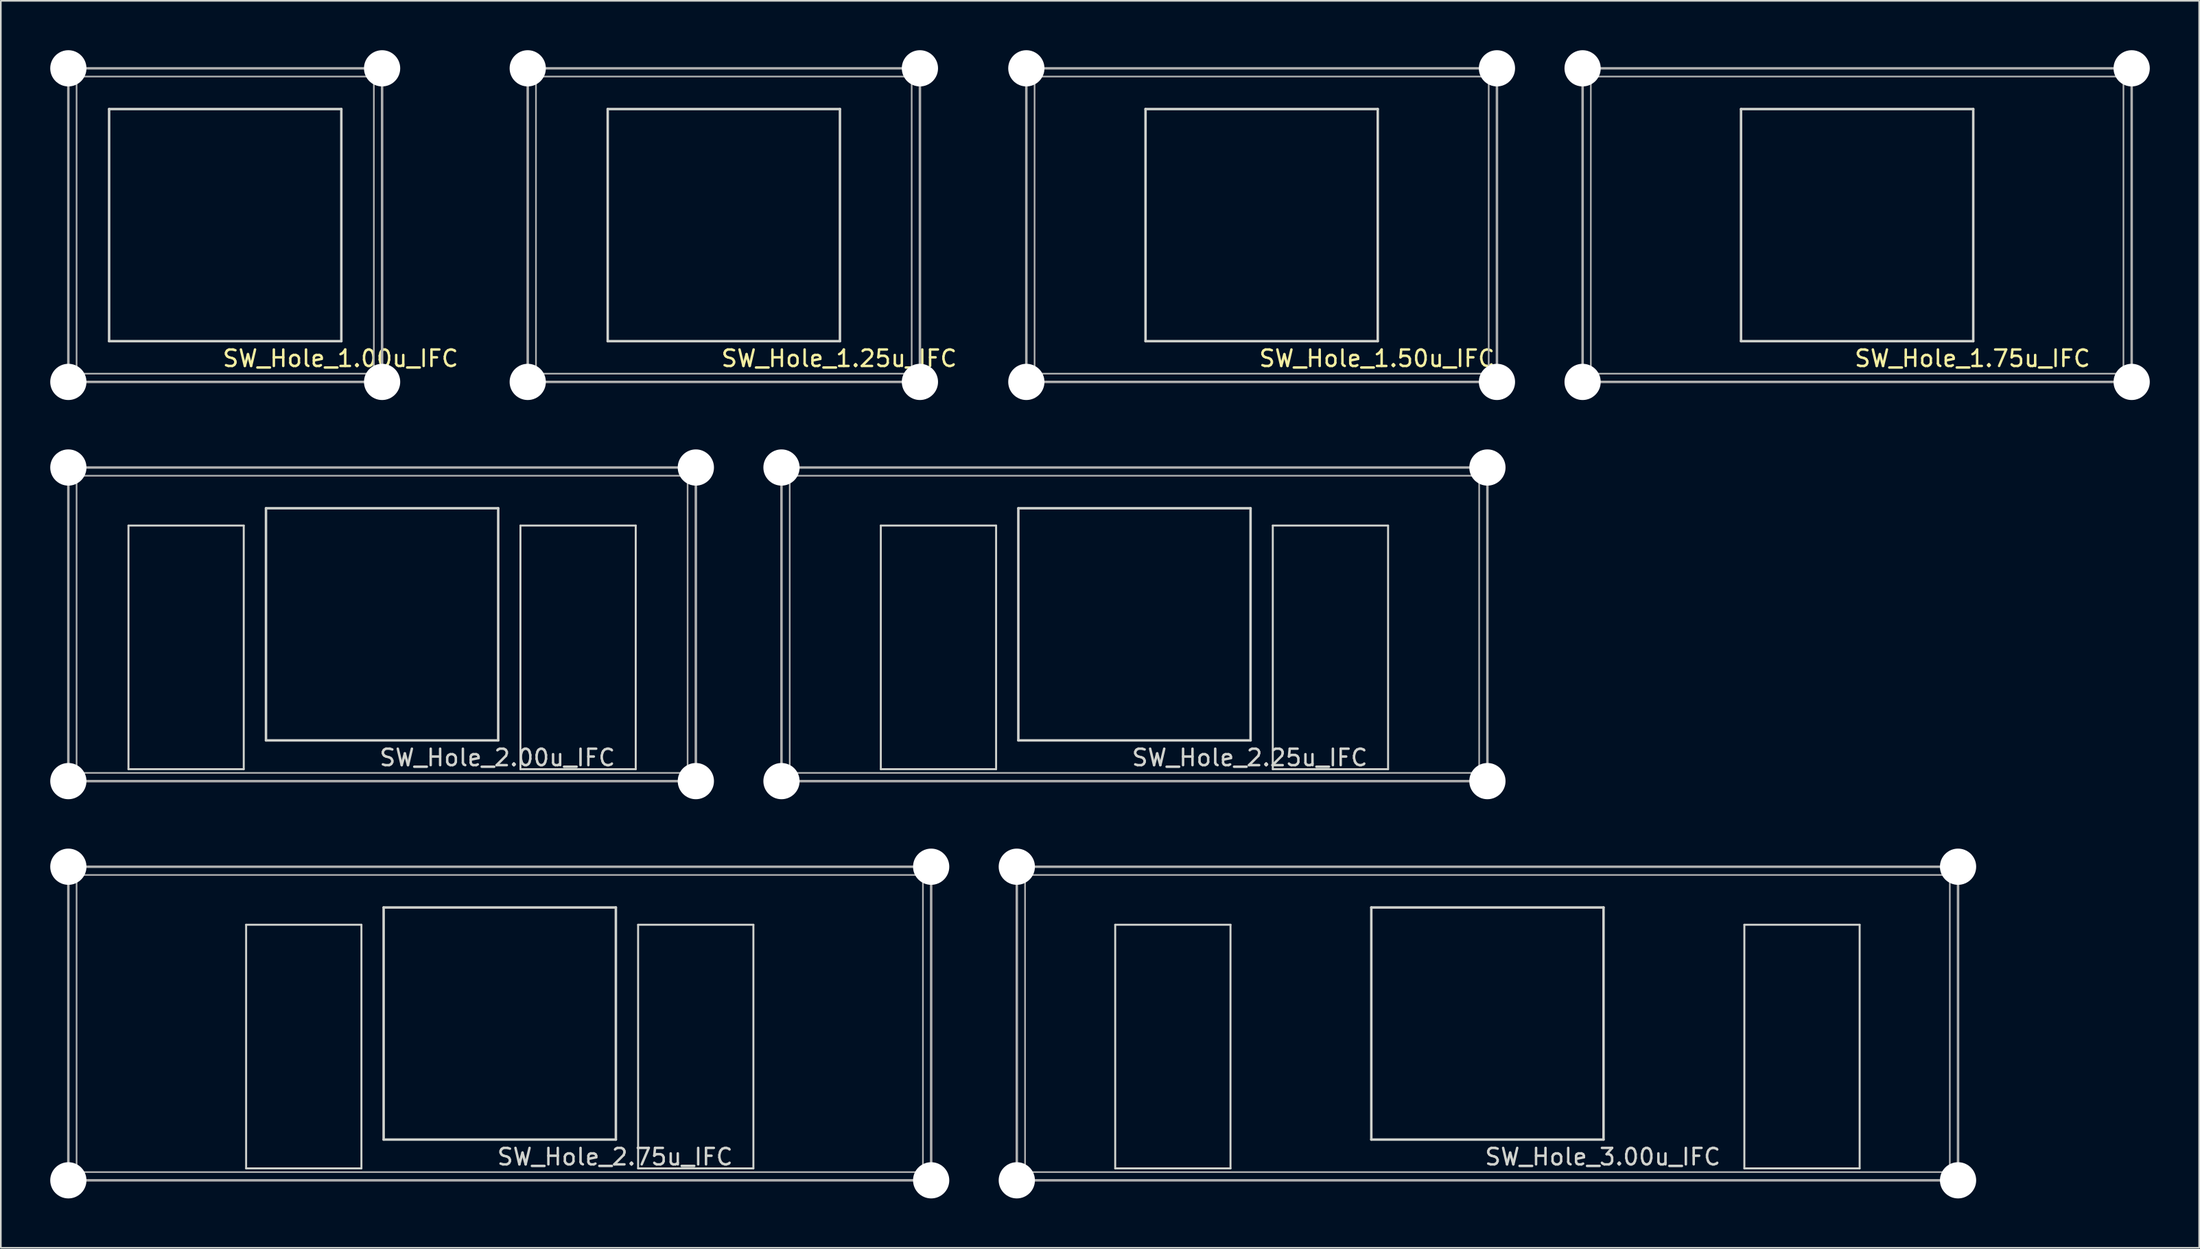
<source format=kicad_pcb>
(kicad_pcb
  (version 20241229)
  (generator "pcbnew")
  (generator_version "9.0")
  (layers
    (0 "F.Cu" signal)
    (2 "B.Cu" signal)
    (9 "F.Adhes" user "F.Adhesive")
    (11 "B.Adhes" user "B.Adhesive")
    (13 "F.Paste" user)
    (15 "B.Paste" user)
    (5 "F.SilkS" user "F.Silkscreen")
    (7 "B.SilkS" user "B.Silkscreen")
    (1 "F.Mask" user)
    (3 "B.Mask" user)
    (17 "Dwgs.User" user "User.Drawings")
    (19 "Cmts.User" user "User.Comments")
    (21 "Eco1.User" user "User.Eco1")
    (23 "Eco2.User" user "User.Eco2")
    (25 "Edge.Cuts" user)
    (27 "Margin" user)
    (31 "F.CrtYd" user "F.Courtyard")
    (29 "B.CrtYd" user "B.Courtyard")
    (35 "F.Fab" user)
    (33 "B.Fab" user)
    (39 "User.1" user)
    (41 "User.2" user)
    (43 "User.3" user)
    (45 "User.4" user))
  (footprint "SW_Hole_1.75u_IFC"
    (layer "F.Cu")
    (at 109.711 10.625)
    (property "Reference" "SW_Hole_1.75u_IFC" (at 7 8.1 0) (layer "F.SilkS") (effects (font (size 1 1) (thickness 0.15))))
    (attr through_hole)
    (fp_line (start -7.05 -7.05) (end 7.05 -7.05) (stroke (width 0.15) (type solid)) (layer "Edge.Cuts"))
    (fp_line (start -7.05 7.05) (end -7.05 -7.05) (stroke (width 0.15) (type solid)) (layer "Edge.Cuts"))
    (fp_line (start 7.05 -7.05) (end 7.05 7.05) (stroke (width 0.15) (type solid)) (layer "Edge.Cuts"))
    (fp_line (start 7.05 7.05) (end -7.05 7.05) (stroke (width 0.15) (type solid)) (layer "Edge.Cuts"))
    (fp_line (start -16.669 -9.525) (end -16.669 9.525) (stroke (width 0.15) (type solid)) (layer "F.Fab"))
    (fp_line (start -16.669 9.525) (end 16.669 9.525) (stroke (width 0.15) (type solid)) (layer "F.Fab"))
    (fp_line (start 16.669 -9.525) (end -16.669 -9.525) (stroke (width 0.15) (type solid)) (layer "F.Fab"))
    (fp_line (start 16.669 9.525) (end 16.669 -9.525) (stroke (width 0.15) (type solid)) (layer "F.Fab"))
    (fp_rect (start -16.169 -9.025) (end 16.169 9.025) (stroke (width 0.1) (type solid)) (fill no) (layer "F.Fab"))
    (pad "" np_thru_hole circle (at -16.669 -9.525) (size 2.2 2.2) (drill 2.2) (layers "*.Cu" "*.Mask"))
    (pad "" np_thru_hole circle (at -16.669 9.525) (size 2.2 2.2) (drill 2.2) (layers "*.Cu" "*.Mask"))
    (pad "" np_thru_hole circle (at 16.669 -9.525) (size 2.2 2.2) (drill 2.2) (layers "*.Cu" "*.Mask"))
    (pad "" np_thru_hole circle (at 16.669 9.525) (size 2.2 2.2) (drill 2.2) (layers "*.Cu" "*.Mask")))
  (footprint "SW_Hole_2.75u_IFC"
    (layer "F.Cu")
    (at 27.294 59.125)
    (property "Reference" "SW_Hole_2.75u_IFC" (at 7 8.1 0) (layer "Edge.Cuts") (effects (font (size 1 1) (thickness 0.15))))
    (attr through_hole)
    (fp_line (start -15.4 -6) (end -8.4 -6) (stroke (width 0.12) (type solid)) (layer "Edge.Cuts"))
    (fp_line (start -15.4 8.8) (end -15.4 -6) (stroke (width 0.12) (type solid)) (layer "Edge.Cuts"))
    (fp_line (start -8.4 -6) (end -8.4 8.8) (stroke (width 0.12) (type solid)) (layer "Edge.Cuts"))
    (fp_line (start -8.4 8.8) (end -15.4 8.8) (stroke (width 0.12) (type solid)) (layer "Edge.Cuts"))
    (fp_line (start -7.05 -7.05) (end 7.05 -7.05) (stroke (width 0.15) (type solid)) (layer "Edge.Cuts"))
    (fp_line (start -7.05 7.05) (end -7.05 -7.05) (stroke (width 0.15) (type solid)) (layer "Edge.Cuts"))
    (fp_line (start 7.05 -7.05) (end 7.05 7.05) (stroke (width 0.15) (type solid)) (layer "Edge.Cuts"))
    (fp_line (start 7.05 7.05) (end -7.05 7.05) (stroke (width 0.15) (type solid)) (layer "Edge.Cuts"))
    (fp_line (start 8.4 -6) (end 8.4 8.8) (stroke (width 0.12) (type solid)) (layer "Edge.Cuts"))
    (fp_line (start 8.4 8.8) (end 15.4 8.8) (stroke (width 0.12) (type solid)) (layer "Edge.Cuts"))
    (fp_line (start 15.4 -6) (end 8.4 -6) (stroke (width 0.12) (type solid)) (layer "Edge.Cuts"))
    (fp_line (start 15.4 8.8) (end 15.4 -6) (stroke (width 0.12) (type solid)) (layer "Edge.Cuts"))
    (fp_line (start -26.194 -9.525) (end -26.194 9.525) (stroke (width 0.15) (type solid)) (layer "F.Fab"))
    (fp_line (start -26.194 9.525) (end 26.194 9.525) (stroke (width 0.15) (type solid)) (layer "F.Fab"))
    (fp_line (start 26.194 -9.525) (end -26.194 -9.525) (stroke (width 0.15) (type solid)) (layer "F.Fab"))
    (fp_line (start 26.194 9.525) (end 26.194 -9.525) (stroke (width 0.15) (type solid)) (layer "F.Fab"))
    (fp_rect (start -25.694 -9.025) (end 25.694 9.025) (stroke (width 0.1) (type solid)) (fill no) (layer "F.Fab"))
    (pad "" np_thru_hole circle (at -26.194 -9.525) (size 2.2 2.2) (drill 2.2) (layers "*.Cu" "*.Mask"))
    (pad "" np_thru_hole circle (at -26.194 9.525) (size 2.2 2.2) (drill 2.2) (layers "*.Cu" "*.Mask"))
    (pad "" np_thru_hole circle (at 26.194 -9.525) (size 2.2 2.2) (drill 2.2) (layers "*.Cu" "*.Mask"))
    (pad "" np_thru_hole circle (at 26.194 9.525) (size 2.2 2.2) (drill 2.2) (layers "*.Cu" "*.Mask")))
  (footprint "SW_Hole_3.00u_IFC"
    (layer "F.Cu")
    (at 87.263 59.125)
    (property "Reference" "SW_Hole_3.00u_IFC" (at 7 8.1 0) (layer "Edge.Cuts") (effects (font (size 1 1) (thickness 0.15))))
    (attr through_hole)
    (fp_line (start -22.6 -6) (end -15.6 -6) (stroke (width 0.12) (type solid)) (layer "Edge.Cuts"))
    (fp_line (start -22.6 8.8) (end -22.6 -6) (stroke (width 0.12) (type solid)) (layer "Edge.Cuts"))
    (fp_line (start -15.6 -6) (end -15.6 8.8) (stroke (width 0.12) (type solid)) (layer "Edge.Cuts"))
    (fp_line (start -15.6 8.8) (end -22.6 8.8) (stroke (width 0.12) (type solid)) (layer "Edge.Cuts"))
    (fp_line (start -7.05 -7.05) (end 7.05 -7.05) (stroke (width 0.15) (type solid)) (layer "Edge.Cuts"))
    (fp_line (start -7.05 7.05) (end -7.05 -7.05) (stroke (width 0.15) (type solid)) (layer "Edge.Cuts"))
    (fp_line (start 7.05 -7.05) (end 7.05 7.05) (stroke (width 0.15) (type solid)) (layer "Edge.Cuts"))
    (fp_line (start 7.05 7.05) (end -7.05 7.05) (stroke (width 0.15) (type solid)) (layer "Edge.Cuts"))
    (fp_line (start 15.6 -6) (end 15.6 8.8) (stroke (width 0.12) (type solid)) (layer "Edge.Cuts"))
    (fp_line (start 15.6 8.8) (end 22.6 8.8) (stroke (width 0.12) (type solid)) (layer "Edge.Cuts"))
    (fp_line (start 22.6 -6) (end 15.6 -6) (stroke (width 0.12) (type solid)) (layer "Edge.Cuts"))
    (fp_line (start 22.6 8.8) (end 22.6 -6) (stroke (width 0.12) (type solid)) (layer "Edge.Cuts"))
    (fp_line (start -28.575 -9.525) (end -28.575 9.525) (stroke (width 0.15) (type solid)) (layer "F.Fab"))
    (fp_line (start -28.575 9.525) (end 28.575 9.525) (stroke (width 0.15) (type solid)) (layer "F.Fab"))
    (fp_line (start 28.575 -9.525) (end -28.575 -9.525) (stroke (width 0.15) (type solid)) (layer "F.Fab"))
    (fp_line (start 28.575 9.525) (end 28.575 -9.525) (stroke (width 0.15) (type solid)) (layer "F.Fab"))
    (fp_rect (start -28.075 -9.025) (end 28.075 9.025) (stroke (width 0.1) (type solid)) (fill no) (layer "F.Fab"))
    (pad "" np_thru_hole circle (at -28.575 -9.525) (size 2.2 2.2) (drill 2.2) (layers "*.Cu" "*.Mask"))
    (pad "" np_thru_hole circle (at -28.575 9.525) (size 2.2 2.2) (drill 2.2) (layers "*.Cu" "*.Mask"))
    (pad "" np_thru_hole circle (at 28.575 -9.525) (size 2.2 2.2) (drill 2.2) (layers "*.Cu" "*.Mask"))
    (pad "" np_thru_hole circle (at 28.575 9.525) (size 2.2 2.2) (drill 2.2) (layers "*.Cu" "*.Mask")))
  (footprint "SW_Hole_1.50u_IFC"
    (layer "F.Cu")
    (at 73.554 10.625)
    (property "Reference" "SW_Hole_1.50u_IFC" (at 7 8.1 0) (layer "F.SilkS") (effects (font (size 1 1) (thickness 0.15))))
    (attr through_hole)
    (fp_line (start -7.05 -7.05) (end 7.05 -7.05) (stroke (width 0.15) (type solid)) (layer "Edge.Cuts"))
    (fp_line (start -7.05 7.05) (end -7.05 -7.05) (stroke (width 0.15) (type solid)) (layer "Edge.Cuts"))
    (fp_line (start 7.05 -7.05) (end 7.05 7.05) (stroke (width 0.15) (type solid)) (layer "Edge.Cuts"))
    (fp_line (start 7.05 7.05) (end -7.05 7.05) (stroke (width 0.15) (type solid)) (layer "Edge.Cuts"))
    (fp_line (start -14.287 -9.525) (end -14.287 9.525) (stroke (width 0.15) (type solid)) (layer "F.Fab"))
    (fp_line (start -14.287 9.525) (end 14.287 9.525) (stroke (width 0.15) (type solid)) (layer "F.Fab"))
    (fp_line (start 14.287 -9.525) (end -14.287 -9.525) (stroke (width 0.15) (type solid)) (layer "F.Fab"))
    (fp_line (start 14.287 9.525) (end 14.287 -9.525) (stroke (width 0.15) (type solid)) (layer "F.Fab"))
    (fp_rect (start -13.787 -9.025) (end 13.787 9.025) (stroke (width 0.1) (type solid)) (fill no) (layer "F.Fab"))
    (pad "" np_thru_hole circle (at -14.287 -9.525) (size 2.2 2.2) (drill 2.2) (layers "*.Cu" "*.Mask"))
    (pad "" np_thru_hole circle (at -14.287 9.525) (size 2.2 2.2) (drill 2.2) (layers "*.Cu" "*.Mask"))
    (pad "" np_thru_hole circle (at 14.287 -9.525) (size 2.2 2.2) (drill 2.2) (layers "*.Cu" "*.Mask"))
    (pad "" np_thru_hole circle (at 14.287 9.525) (size 2.2 2.2) (drill 2.2) (layers "*.Cu" "*.Mask")))
  (footprint "SW_Hole_1.25u_IFC"
    (layer "F.Cu")
    (at 40.899 10.625)
    (property "Reference" "SW_Hole_1.25u_IFC" (at 7 8.1 0) (layer "F.SilkS") (effects (font (size 1 1) (thickness 0.15))))
    (attr through_hole)
    (fp_line (start -7.05 -7.05) (end 7.05 -7.05) (stroke (width 0.15) (type solid)) (layer "Edge.Cuts"))
    (fp_line (start -7.05 7.05) (end -7.05 -7.05) (stroke (width 0.15) (type solid)) (layer "Edge.Cuts"))
    (fp_line (start 7.05 -7.05) (end 7.05 7.05) (stroke (width 0.15) (type solid)) (layer "Edge.Cuts"))
    (fp_line (start 7.05 7.05) (end -7.05 7.05) (stroke (width 0.15) (type solid)) (layer "Edge.Cuts"))
    (fp_line (start -11.906 -9.525) (end -11.906 9.525) (stroke (width 0.15) (type solid)) (layer "F.Fab"))
    (fp_line (start -11.906 9.525) (end 11.906 9.525) (stroke (width 0.15) (type solid)) (layer "F.Fab"))
    (fp_line (start 11.906 -9.525) (end -11.906 -9.525) (stroke (width 0.15) (type solid)) (layer "F.Fab"))
    (fp_line (start 11.906 9.525) (end 11.906 -9.525) (stroke (width 0.15) (type solid)) (layer "F.Fab"))
    (fp_rect (start -11.406 -9.025) (end 11.406 9.025) (stroke (width 0.1) (type solid)) (fill no) (layer "F.Fab"))
    (pad "" np_thru_hole circle (at -11.906 -9.525) (size 2.2 2.2) (drill 2.2) (layers "*.Cu" "*.Mask"))
    (pad "" np_thru_hole circle (at -11.906 9.525) (size 2.2 2.2) (drill 2.2) (layers "*.Cu" "*.Mask"))
    (pad "" np_thru_hole circle (at 11.906 -9.525) (size 2.2 2.2) (drill 2.2) (layers "*.Cu" "*.Mask"))
    (pad "" np_thru_hole circle (at 11.906 9.525) (size 2.2 2.2) (drill 2.2) (layers "*.Cu" "*.Mask")))
  (footprint "SW_Hole_2.25u_IFC"
    (layer "F.Cu")
    (at 65.831 34.875)
    (property "Reference" "SW_Hole_2.25u_IFC" (at 7 8.1 0) (layer "Edge.Cuts") (effects (font (size 1 1) (thickness 0.15))))
    (attr through_hole)
    (fp_line (start -15.4 -6) (end -8.4 -6) (stroke (width 0.12) (type solid)) (layer "Edge.Cuts"))
    (fp_line (start -15.4 8.8) (end -15.4 -6) (stroke (width 0.12) (type solid)) (layer "Edge.Cuts"))
    (fp_line (start -8.4 -6) (end -8.4 8.8) (stroke (width 0.12) (type solid)) (layer "Edge.Cuts"))
    (fp_line (start -8.4 8.8) (end -15.4 8.8) (stroke (width 0.12) (type solid)) (layer "Edge.Cuts"))
    (fp_line (start -7.05 -7.05) (end 7.05 -7.05) (stroke (width 0.15) (type solid)) (layer "Edge.Cuts"))
    (fp_line (start -7.05 7.05) (end -7.05 -7.05) (stroke (width 0.15) (type solid)) (layer "Edge.Cuts"))
    (fp_line (start 7.05 -7.05) (end 7.05 7.05) (stroke (width 0.15) (type solid)) (layer "Edge.Cuts"))
    (fp_line (start 7.05 7.05) (end -7.05 7.05) (stroke (width 0.15) (type solid)) (layer "Edge.Cuts"))
    (fp_line (start 8.4 -6) (end 8.4 8.8) (stroke (width 0.12) (type solid)) (layer "Edge.Cuts"))
    (fp_line (start 8.4 8.8) (end 15.4 8.8) (stroke (width 0.12) (type solid)) (layer "Edge.Cuts"))
    (fp_line (start 15.4 -6) (end 8.4 -6) (stroke (width 0.12) (type solid)) (layer "Edge.Cuts"))
    (fp_line (start 15.4 8.8) (end 15.4 -6) (stroke (width 0.12) (type solid)) (layer "Edge.Cuts"))
    (fp_line (start -21.431 -9.525) (end -21.431 9.525) (stroke (width 0.15) (type solid)) (layer "F.Fab"))
    (fp_line (start -21.431 9.525) (end 21.431 9.525) (stroke (width 0.15) (type solid)) (layer "F.Fab"))
    (fp_line (start 21.431 -9.525) (end -21.431 -9.525) (stroke (width 0.15) (type solid)) (layer "F.Fab"))
    (fp_line (start 21.431 9.525) (end 21.431 -9.525) (stroke (width 0.15) (type solid)) (layer "F.Fab"))
    (fp_rect (start -20.931 -9.025) (end 20.931 9.025) (stroke (width 0.1) (type solid)) (fill no) (layer "F.Fab"))
    (pad "" np_thru_hole circle (at -21.431 -9.525) (size 2.2 2.2) (drill 2.2) (layers "*.Cu" "*.Mask"))
    (pad "" np_thru_hole circle (at -21.431 9.525) (size 2.2 2.2) (drill 2.2) (layers "*.Cu" "*.Mask"))
    (pad "" np_thru_hole circle (at 21.431 -9.525) (size 2.2 2.2) (drill 2.2) (layers "*.Cu" "*.Mask"))
    (pad "" np_thru_hole circle (at 21.431 9.525) (size 2.2 2.2) (drill 2.2) (layers "*.Cu" "*.Mask")))
  (footprint "SW_Hole_2.00u_IFC"
    (layer "F.Cu")
    (at 20.15 34.875)
    (property "Reference" "SW_Hole_2.00u_IFC" (at 7 8.1 0) (layer "Edge.Cuts") (effects (font (size 1 1) (thickness 0.15))))
    (attr through_hole)
    (fp_line (start -15.4 -6) (end -8.4 -6) (stroke (width 0.12) (type solid)) (layer "Edge.Cuts"))
    (fp_line (start -15.4 8.8) (end -15.4 -6) (stroke (width 0.12) (type solid)) (layer "Edge.Cuts"))
    (fp_line (start -8.4 -6) (end -8.4 8.8) (stroke (width 0.12) (type solid)) (layer "Edge.Cuts"))
    (fp_line (start -8.4 8.8) (end -15.4 8.8) (stroke (width 0.12) (type solid)) (layer "Edge.Cuts"))
    (fp_line (start -7.05 -7.05) (end 7.05 -7.05) (stroke (width 0.15) (type solid)) (layer "Edge.Cuts"))
    (fp_line (start -7.05 7.05) (end -7.05 -7.05) (stroke (width 0.15) (type solid)) (layer "Edge.Cuts"))
    (fp_line (start 7.05 -7.05) (end 7.05 7.05) (stroke (width 0.15) (type solid)) (layer "Edge.Cuts"))
    (fp_line (start 7.05 7.05) (end -7.05 7.05) (stroke (width 0.15) (type solid)) (layer "Edge.Cuts"))
    (fp_line (start 8.4 -6) (end 8.4 8.8) (stroke (width 0.12) (type solid)) (layer "Edge.Cuts"))
    (fp_line (start 8.4 8.8) (end 15.4 8.8) (stroke (width 0.12) (type solid)) (layer "Edge.Cuts"))
    (fp_line (start 15.4 -6) (end 8.4 -6) (stroke (width 0.12) (type solid)) (layer "Edge.Cuts"))
    (fp_line (start 15.4 8.8) (end 15.4 -6) (stroke (width 0.12) (type solid)) (layer "Edge.Cuts"))
    (fp_line (start -19.05 -9.525) (end -19.05 9.525) (stroke (width 0.15) (type solid)) (layer "F.Fab"))
    (fp_line (start -19.05 9.525) (end 19.05 9.525) (stroke (width 0.15) (type solid)) (layer "F.Fab"))
    (fp_line (start 19.05 -9.525) (end -19.05 -9.525) (stroke (width 0.15) (type solid)) (layer "F.Fab"))
    (fp_line (start 19.05 9.525) (end 19.05 -9.525) (stroke (width 0.15) (type solid)) (layer "F.Fab"))
    (fp_rect (start -18.55 -9.025) (end 18.55 9.025) (stroke (width 0.1) (type solid)) (fill no) (layer "F.Fab"))
    (pad "" np_thru_hole circle (at -19.05 -9.525) (size 2.2 2.2) (drill 2.2) (layers "*.Cu" "*.Mask"))
    (pad "" np_thru_hole circle (at -19.05 9.525) (size 2.2 2.2) (drill 2.2) (layers "*.Cu" "*.Mask"))
    (pad "" np_thru_hole circle (at 19.05 -9.525) (size 2.2 2.2) (drill 2.2) (layers "*.Cu" "*.Mask"))
    (pad "" np_thru_hole circle (at 19.05 9.525) (size 2.2 2.2) (drill 2.2) (layers "*.Cu" "*.Mask")))
  (footprint "SW_Hole_1.00u_IFC"
    (layer "F.Cu")
    (at 10.625 10.625)
    (property "Reference" "SW_Hole_1.00u_IFC" (at 7 8.1 0) (layer "F.SilkS") (effects (font (size 1 1) (thickness 0.15))))
    (attr through_hole)
    (fp_line (start -7.05 -7.05) (end 7.05 -7.05) (stroke (width 0.15) (type solid)) (layer "Edge.Cuts"))
    (fp_line (start -7.05 7.05) (end -7.05 -7.05) (stroke (width 0.15) (type solid)) (layer "Edge.Cuts"))
    (fp_line (start 7.05 -7.05) (end 7.05 7.05) (stroke (width 0.15) (type solid)) (layer "Edge.Cuts"))
    (fp_line (start 7.05 7.05) (end -7.05 7.05) (stroke (width 0.15) (type solid)) (layer "Edge.Cuts"))
    (fp_line (start -9.525 -9.525) (end -9.525 9.525) (stroke (width 0.15) (type solid)) (layer "F.Fab"))
    (fp_line (start -9.525 9.525) (end 9.525 9.525) (stroke (width 0.15) (type solid)) (layer "F.Fab"))
    (fp_line (start 9.525 -9.525) (end -9.525 -9.525) (stroke (width 0.15) (type solid)) (layer "F.Fab"))
    (fp_line (start 9.525 9.525) (end 9.525 -9.525) (stroke (width 0.15) (type solid)) (layer "F.Fab"))
    (fp_rect (start -9.025 -9.025) (end 9.025 9.025) (stroke (width 0.1) (type solid)) (fill no) (layer "F.Fab"))
    (pad "" np_thru_hole circle (at -9.525 -9.525) (size 2.2 2.2) (drill 2.2) (layers "*.Cu" "*.Mask"))
    (pad "" np_thru_hole circle (at -9.525 9.525) (size 2.2 2.2) (drill 2.2) (layers "*.Cu" "*.Mask"))
    (pad "" np_thru_hole circle (at 9.525 -9.525) (size 2.2 2.2) (drill 2.2) (layers "*.Cu" "*.Mask"))
    (pad "" np_thru_hole circle (at 9.525 9.525) (size 2.2 2.2) (drill 2.2) (layers "*.Cu" "*.Mask")))
  (gr_rect
    (start -3 -3)
    (end 130.479 72.75)
    (stroke (width 0.1) (type default))
    (fill no)
    (layer "Edge.Cuts")))
</source>
